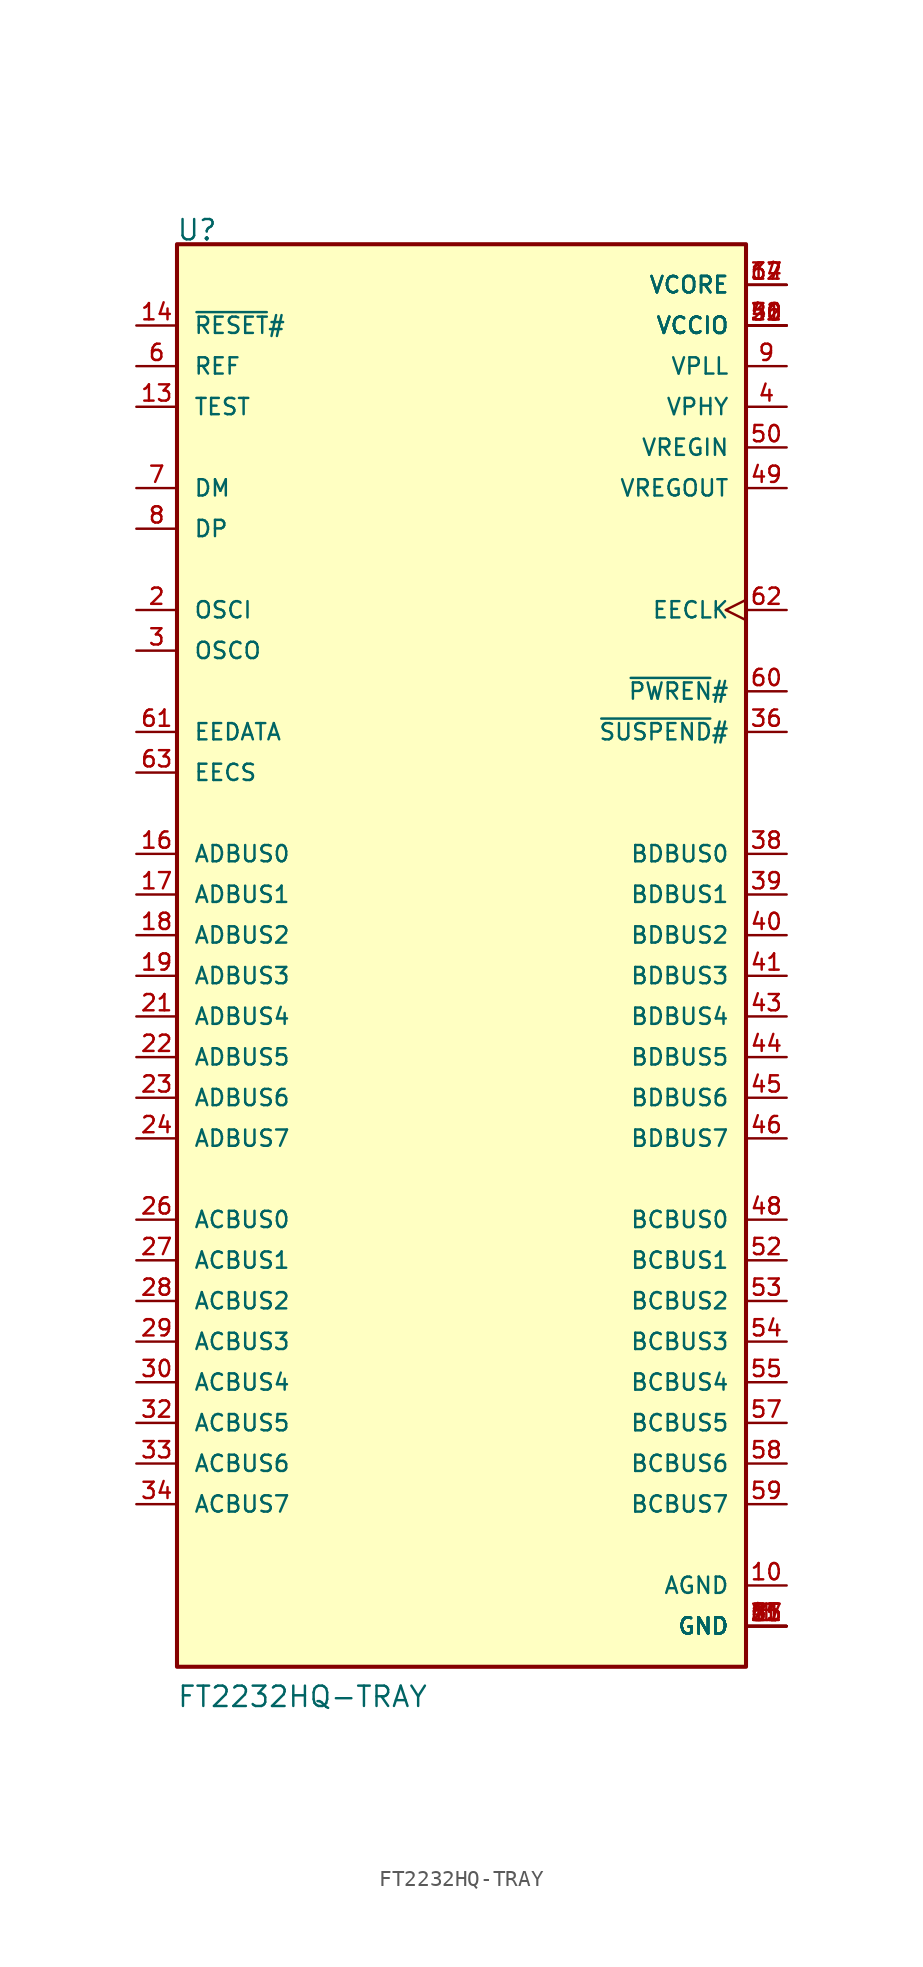
<source format=kicad_sym>
(kicad_symbol_lib
  (version 20211014)
  (generator kicad_symbol_editor)
  (symbol "FT2232HQ-TRAY"
    (pin_names
      (offset 1.016))
    (property "Reference" "U"
      (at -17.835 45.861 0)
      (effects (font (size 1.27 1.27)) (justify bottom left)))
    (property "Value" "FT2232HQ-TRAY"
      (at -17.808 -45.793 0)
      (effects (font (size 1.27 1.27)) (justify bottom left)))
    (symbol "FT2232HQ-TRAY_0_0"
      (rectangle (start -17.78 -43.18) (end 17.78 45.72) (stroke (width 0.254)) (fill (type background)))
      (pin bidirectional line (at -20.32 12.7 0) (length 2.54) (name "EECS" (effects (font (size 1.016 1.016)))) (number "63" (effects (font (size 1.016 1.016)))))
      (pin power_in line (at 20.32 -40.64 180.0) (length 2.54) (name "GND" (effects (font (size 1.016 1.016)))) (number "1" (effects (font (size 1.016 1.016)))))
      (pin power_in line (at 20.32 -40.64 180.0) (length 2.54) (name "GND" (effects (font (size 1.016 1.016)))) (number "5" (effects (font (size 1.016 1.016)))))
      (pin power_in line (at 20.32 -40.64 180.0) (length 2.54) (name "GND" (effects (font (size 1.016 1.016)))) (number "11" (effects (font (size 1.016 1.016)))))
      (pin power_in line (at 20.32 -40.64 180.0) (length 2.54) (name "GND" (effects (font (size 1.016 1.016)))) (number "15" (effects (font (size 1.016 1.016)))))
      (pin power_in line (at 20.32 -40.64 180.0) (length 2.54) (name "GND" (effects (font (size 1.016 1.016)))) (number "25" (effects (font (size 1.016 1.016)))))
      (pin power_in line (at 20.32 -40.64 180.0) (length 2.54) (name "GND" (effects (font (size 1.016 1.016)))) (number "35" (effects (font (size 1.016 1.016)))))
      (pin power_in line (at 20.32 -40.64 180.0) (length 2.54) (name "GND" (effects (font (size 1.016 1.016)))) (number "47" (effects (font (size 1.016 1.016)))))
      (pin power_in line (at 20.32 -40.64 180.0) (length 2.54) (name "GND" (effects (font (size 1.016 1.016)))) (number "51" (effects (font (size 1.016 1.016)))))
      (pin power_in line (at 20.32 -40.64 180.0) (length 2.54) (name "GND" (effects (font (size 1.016 1.016)))) (number "65" (effects (font (size 1.016 1.016)))))
      (pin power_in line (at 20.32 -38.1 180.0) (length 2.54) (name "AGND" (effects (font (size 1.016 1.016)))) (number "10" (effects (font (size 1.016 1.016)))))
      (pin power_in line (at 20.32 30.48 180.0) (length 2.54) (name "VREGOUT" (effects (font (size 1.016 1.016)))) (number "49" (effects (font (size 1.016 1.016)))))
      (pin power_in line (at 20.32 33.02 180.0) (length 2.54) (name "VREGIN" (effects (font (size 1.016 1.016)))) (number "50" (effects (font (size 1.016 1.016)))))
      (pin power_in line (at 20.32 35.56 180.0) (length 2.54) (name "VPHY" (effects (font (size 1.016 1.016)))) (number "4" (effects (font (size 1.016 1.016)))))
      (pin power_in line (at 20.32 38.1 180.0) (length 2.54) (name "VPLL" (effects (font (size 1.016 1.016)))) (number "9" (effects (font (size 1.016 1.016)))))
      (pin power_in line (at 20.32 40.64 180.0) (length 2.54) (name "VCCIO" (effects (font (size 1.016 1.016)))) (number "20" (effects (font (size 1.016 1.016)))))
      (pin power_in line (at 20.32 40.64 180.0) (length 2.54) (name "VCCIO" (effects (font (size 1.016 1.016)))) (number "31" (effects (font (size 1.016 1.016)))))
      (pin power_in line (at 20.32 40.64 180.0) (length 2.54) (name "VCCIO" (effects (font (size 1.016 1.016)))) (number "42" (effects (font (size 1.016 1.016)))))
      (pin power_in line (at 20.32 40.64 180.0) (length 2.54) (name "VCCIO" (effects (font (size 1.016 1.016)))) (number "56" (effects (font (size 1.016 1.016)))))
      (pin power_in line (at 20.32 43.18 180.0) (length 2.54) (name "VCORE" (effects (font (size 1.016 1.016)))) (number "12" (effects (font (size 1.016 1.016)))))
      (pin power_in line (at 20.32 43.18 180.0) (length 2.54) (name "VCORE" (effects (font (size 1.016 1.016)))) (number "37" (effects (font (size 1.016 1.016)))))
      (pin power_in line (at 20.32 43.18 180.0) (length 2.54) (name "VCORE" (effects (font (size 1.016 1.016)))) (number "64" (effects (font (size 1.016 1.016)))))
      (pin output clock (at 20.32 22.86 180.0) (length 2.54) (name "EECLK" (effects (font (size 1.016 1.016)))) (number "62" (effects (font (size 1.016 1.016)))))
      (pin bidirectional line (at -20.32 15.24 0) (length 2.54) (name "EEDATA" (effects (font (size 1.016 1.016)))) (number "61" (effects (font (size 1.016 1.016)))))
      (pin input line (at -20.32 22.86 0) (length 2.54) (name "OSCI" (effects (font (size 1.016 1.016)))) (number "2" (effects (font (size 1.016 1.016)))))
      (pin output line (at -20.32 20.32 0) (length 2.54) (name "OSCO" (effects (font (size 1.016 1.016)))) (number "3" (effects (font (size 1.016 1.016)))))
      (pin input line (at -20.32 38.1 0) (length 2.54) (name "REF" (effects (font (size 1.016 1.016)))) (number "6" (effects (font (size 1.016 1.016)))))
      (pin bidirectional line (at -20.32 30.48 0) (length 2.54) (name "DM" (effects (font (size 1.016 1.016)))) (number "7" (effects (font (size 1.016 1.016)))))
      (pin bidirectional line (at -20.32 27.94 0) (length 2.54) (name "DP" (effects (font (size 1.016 1.016)))) (number "8" (effects (font (size 1.016 1.016)))))
      (pin input line (at -20.32 35.56 0) (length 2.54) (name "TEST" (effects (font (size 1.016 1.016)))) (number "13" (effects (font (size 1.016 1.016)))))
      (pin input line (at -20.32 40.64 0) (length 2.54) (name "~{RESET}#" (effects (font (size 1.016 1.016)))) (number "14" (effects (font (size 1.016 1.016)))))
      (pin output line (at 20.32 17.78 180.0) (length 2.54) (name "~{PWREN}#" (effects (font (size 1.016 1.016)))) (number "60" (effects (font (size 1.016 1.016)))))
      (pin output line (at 20.32 15.24 180.0) (length 2.54) (name "~{SUSPEND}#" (effects (font (size 1.016 1.016)))) (number "36" (effects (font (size 1.016 1.016)))))
      (pin bidirectional line (at -20.32 7.62 0) (length 2.54) (name "ADBUS0" (effects (font (size 1.016 1.016)))) (number "16" (effects (font (size 1.016 1.016)))))
      (pin bidirectional line (at -20.32 5.08 0) (length 2.54) (name "ADBUS1" (effects (font (size 1.016 1.016)))) (number "17" (effects (font (size 1.016 1.016)))))
      (pin bidirectional line (at -20.32 2.54 0) (length 2.54) (name "ADBUS2" (effects (font (size 1.016 1.016)))) (number "18" (effects (font (size 1.016 1.016)))))
      (pin bidirectional line (at -20.32 0.0 0) (length 2.54) (name "ADBUS3" (effects (font (size 1.016 1.016)))) (number "19" (effects (font (size 1.016 1.016)))))
      (pin bidirectional line (at -20.32 -2.54 0) (length 2.54) (name "ADBUS4" (effects (font (size 1.016 1.016)))) (number "21" (effects (font (size 1.016 1.016)))))
      (pin bidirectional line (at -20.32 -5.08 0) (length 2.54) (name "ADBUS5" (effects (font (size 1.016 1.016)))) (number "22" (effects (font (size 1.016 1.016)))))
      (pin bidirectional line (at -20.32 -7.62 0) (length 2.54) (name "ADBUS6" (effects (font (size 1.016 1.016)))) (number "23" (effects (font (size 1.016 1.016)))))
      (pin bidirectional line (at -20.32 -10.16 0) (length 2.54) (name "ADBUS7" (effects (font (size 1.016 1.016)))) (number "24" (effects (font (size 1.016 1.016)))))
      (pin bidirectional line (at -20.32 -15.24 0) (length 2.54) (name "ACBUS0" (effects (font (size 1.016 1.016)))) (number "26" (effects (font (size 1.016 1.016)))))
      (pin bidirectional line (at -20.32 -17.78 0) (length 2.54) (name "ACBUS1" (effects (font (size 1.016 1.016)))) (number "27" (effects (font (size 1.016 1.016)))))
      (pin bidirectional line (at -20.32 -20.32 0) (length 2.54) (name "ACBUS2" (effects (font (size 1.016 1.016)))) (number "28" (effects (font (size 1.016 1.016)))))
      (pin bidirectional line (at -20.32 -22.86 0) (length 2.54) (name "ACBUS3" (effects (font (size 1.016 1.016)))) (number "29" (effects (font (size 1.016 1.016)))))
      (pin bidirectional line (at -20.32 -25.4 0) (length 2.54) (name "ACBUS4" (effects (font (size 1.016 1.016)))) (number "30" (effects (font (size 1.016 1.016)))))
      (pin bidirectional line (at -20.32 -27.94 0) (length 2.54) (name "ACBUS5" (effects (font (size 1.016 1.016)))) (number "32" (effects (font (size 1.016 1.016)))))
      (pin bidirectional line (at -20.32 -30.48 0) (length 2.54) (name "ACBUS6" (effects (font (size 1.016 1.016)))) (number "33" (effects (font (size 1.016 1.016)))))
      (pin bidirectional line (at -20.32 -33.02 0) (length 2.54) (name "ACBUS7" (effects (font (size 1.016 1.016)))) (number "34" (effects (font (size 1.016 1.016)))))
      (pin bidirectional line (at 20.32 7.62 180.0) (length 2.54) (name "BDBUS0" (effects (font (size 1.016 1.016)))) (number "38" (effects (font (size 1.016 1.016)))))
      (pin bidirectional line (at 20.32 5.08 180.0) (length 2.54) (name "BDBUS1" (effects (font (size 1.016 1.016)))) (number "39" (effects (font (size 1.016 1.016)))))
      (pin bidirectional line (at 20.32 2.54 180.0) (length 2.54) (name "BDBUS2" (effects (font (size 1.016 1.016)))) (number "40" (effects (font (size 1.016 1.016)))))
      (pin bidirectional line (at 20.32 0.0 180.0) (length 2.54) (name "BDBUS3" (effects (font (size 1.016 1.016)))) (number "41" (effects (font (size 1.016 1.016)))))
      (pin bidirectional line (at 20.32 -2.54 180.0) (length 2.54) (name "BDBUS4" (effects (font (size 1.016 1.016)))) (number "43" (effects (font (size 1.016 1.016)))))
      (pin bidirectional line (at 20.32 -5.08 180.0) (length 2.54) (name "BDBUS5" (effects (font (size 1.016 1.016)))) (number "44" (effects (font (size 1.016 1.016)))))
      (pin bidirectional line (at 20.32 -7.62 180.0) (length 2.54) (name "BDBUS6" (effects (font (size 1.016 1.016)))) (number "45" (effects (font (size 1.016 1.016)))))
      (pin bidirectional line (at 20.32 -10.16 180.0) (length 2.54) (name "BDBUS7" (effects (font (size 1.016 1.016)))) (number "46" (effects (font (size 1.016 1.016)))))
      (pin bidirectional line (at 20.32 -15.24 180.0) (length 2.54) (name "BCBUS0" (effects (font (size 1.016 1.016)))) (number "48" (effects (font (size 1.016 1.016)))))
      (pin bidirectional line (at 20.32 -17.78 180.0) (length 2.54) (name "BCBUS1" (effects (font (size 1.016 1.016)))) (number "52" (effects (font (size 1.016 1.016)))))
      (pin bidirectional line (at 20.32 -20.32 180.0) (length 2.54) (name "BCBUS2" (effects (font (size 1.016 1.016)))) (number "53" (effects (font (size 1.016 1.016)))))
      (pin bidirectional line (at 20.32 -22.86 180.0) (length 2.54) (name "BCBUS3" (effects (font (size 1.016 1.016)))) (number "54" (effects (font (size 1.016 1.016)))))
      (pin bidirectional line (at 20.32 -25.4 180.0) (length 2.54) (name "BCBUS4" (effects (font (size 1.016 1.016)))) (number "55" (effects (font (size 1.016 1.016)))))
      (pin bidirectional line (at 20.32 -27.94 180.0) (length 2.54) (name "BCBUS5" (effects (font (size 1.016 1.016)))) (number "57" (effects (font (size 1.016 1.016)))))
      (pin bidirectional line (at 20.32 -30.48 180.0) (length 2.54) (name "BCBUS6" (effects (font (size 1.016 1.016)))) (number "58" (effects (font (size 1.016 1.016)))))
      (pin bidirectional line (at 20.32 -33.02 180.0) (length 2.54) (name "BCBUS7" (effects (font (size 1.016 1.016)))) (number "59" (effects (font (size 1.016 1.016))))))))
</source>
